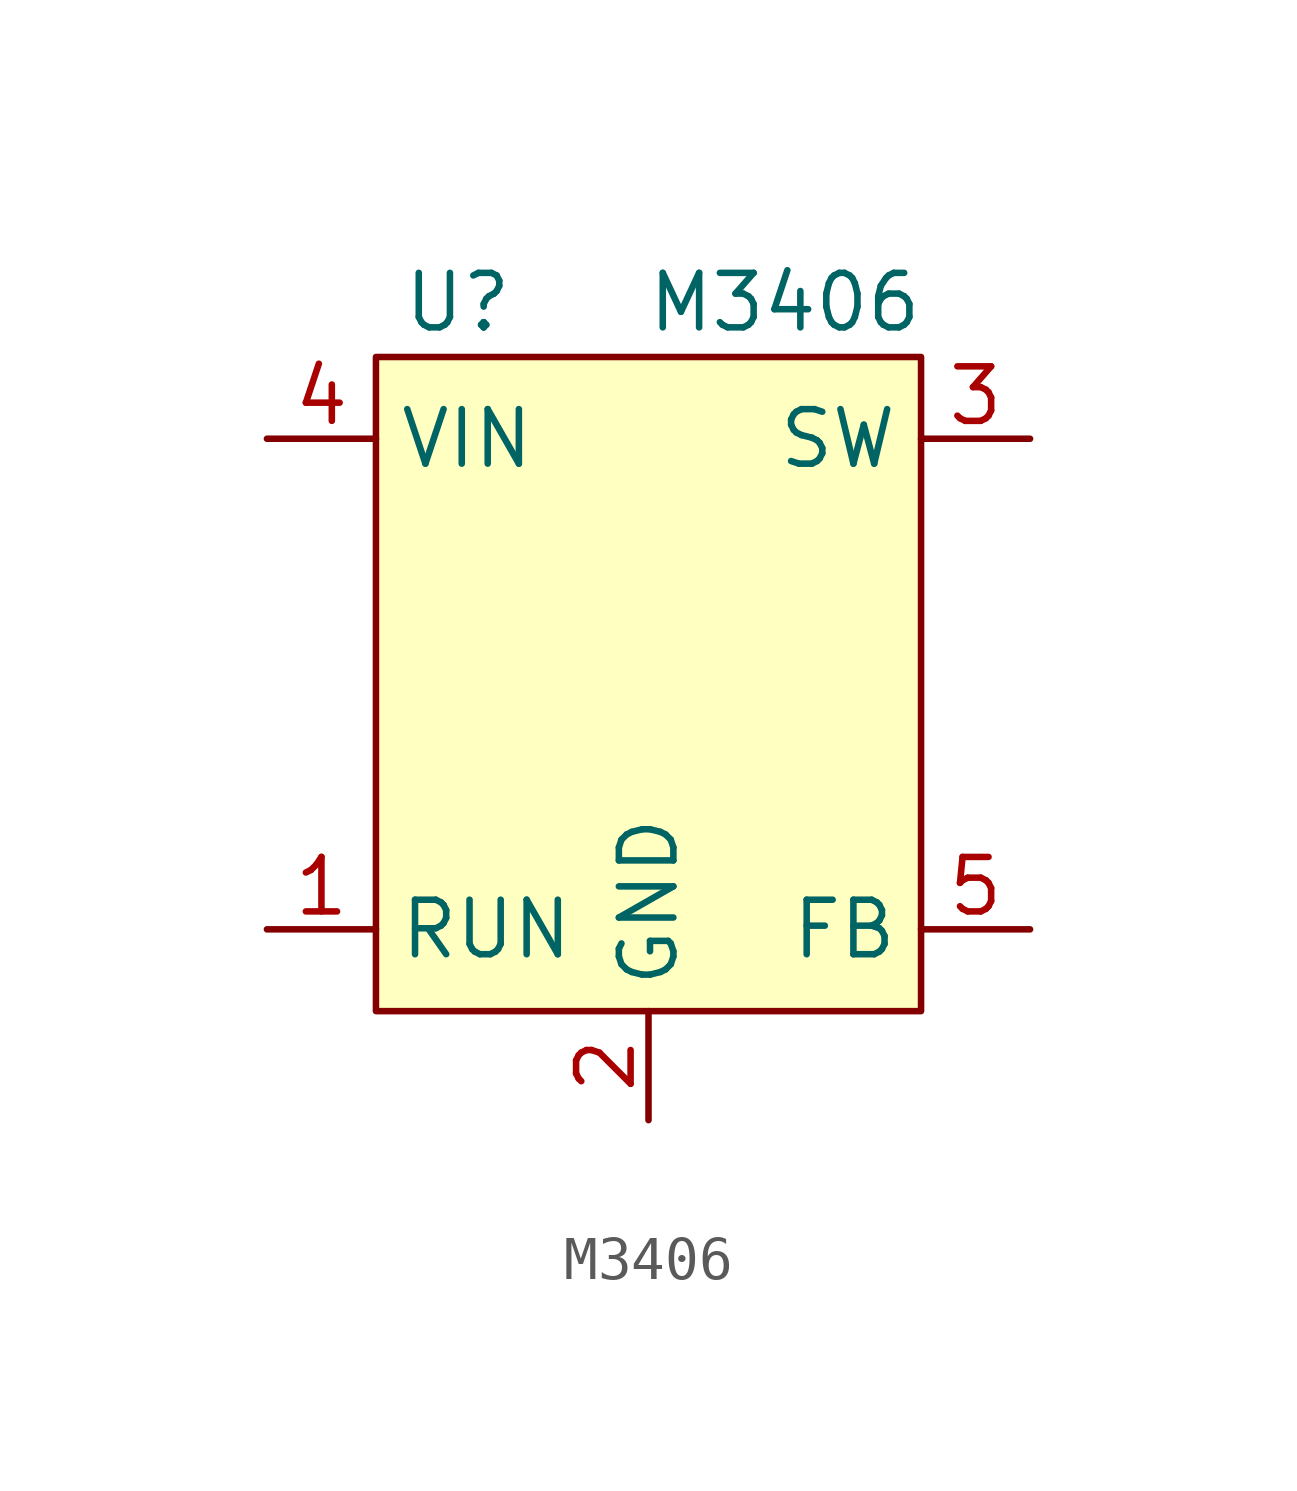
<source format=kicad_sym>
(kicad_symbol_lib
  (version 20220914)
  (generator kicad_symbol_editor)
  (symbol "M3406"
    (property "Reference" "U"
      (at -4.445 8.89 0)
      (effects (font (size 1.27 1.27))))
    (property "Value" "M3406"
      (at 3.175 8.89 0)
      (effects (font (size 1.27 1.27))))
    (symbol "M3406_1_1"
      (rectangle (start -6.35 7.62) (end 6.35 -7.62) (stroke (width 0) (type default)) (fill (type background)))
      (pin input line (at -8.89 -5.715 0) (length 2.54) (name "RUN" (effects (font (size 1.27 1.27)))) (number "1" (effects (font (size 1.27 1.27)))))
      (pin power_in line (at 0 -10.16 90) (length 2.54) (name "GND" (effects (font (size 1.27 1.27)))) (number "2" (effects (font (size 1.27 1.27)))))
      (pin output line (at 8.89 5.715 180) (length 2.54) (name "SW" (effects (font (size 1.27 1.27)))) (number "3" (effects (font (size 1.27 1.27)))))
      (pin power_in line (at -8.89 5.715 0) (length 2.54) (name "VIN" (effects (font (size 1.27 1.27)))) (number "4" (effects (font (size 1.27 1.27)))))
      (pin input line (at 8.89 -5.715 180) (length 2.54) (name "FB" (effects (font (size 1.27 1.27)))) (number "5" (effects (font (size 1.27 1.27))))))))
</source>
